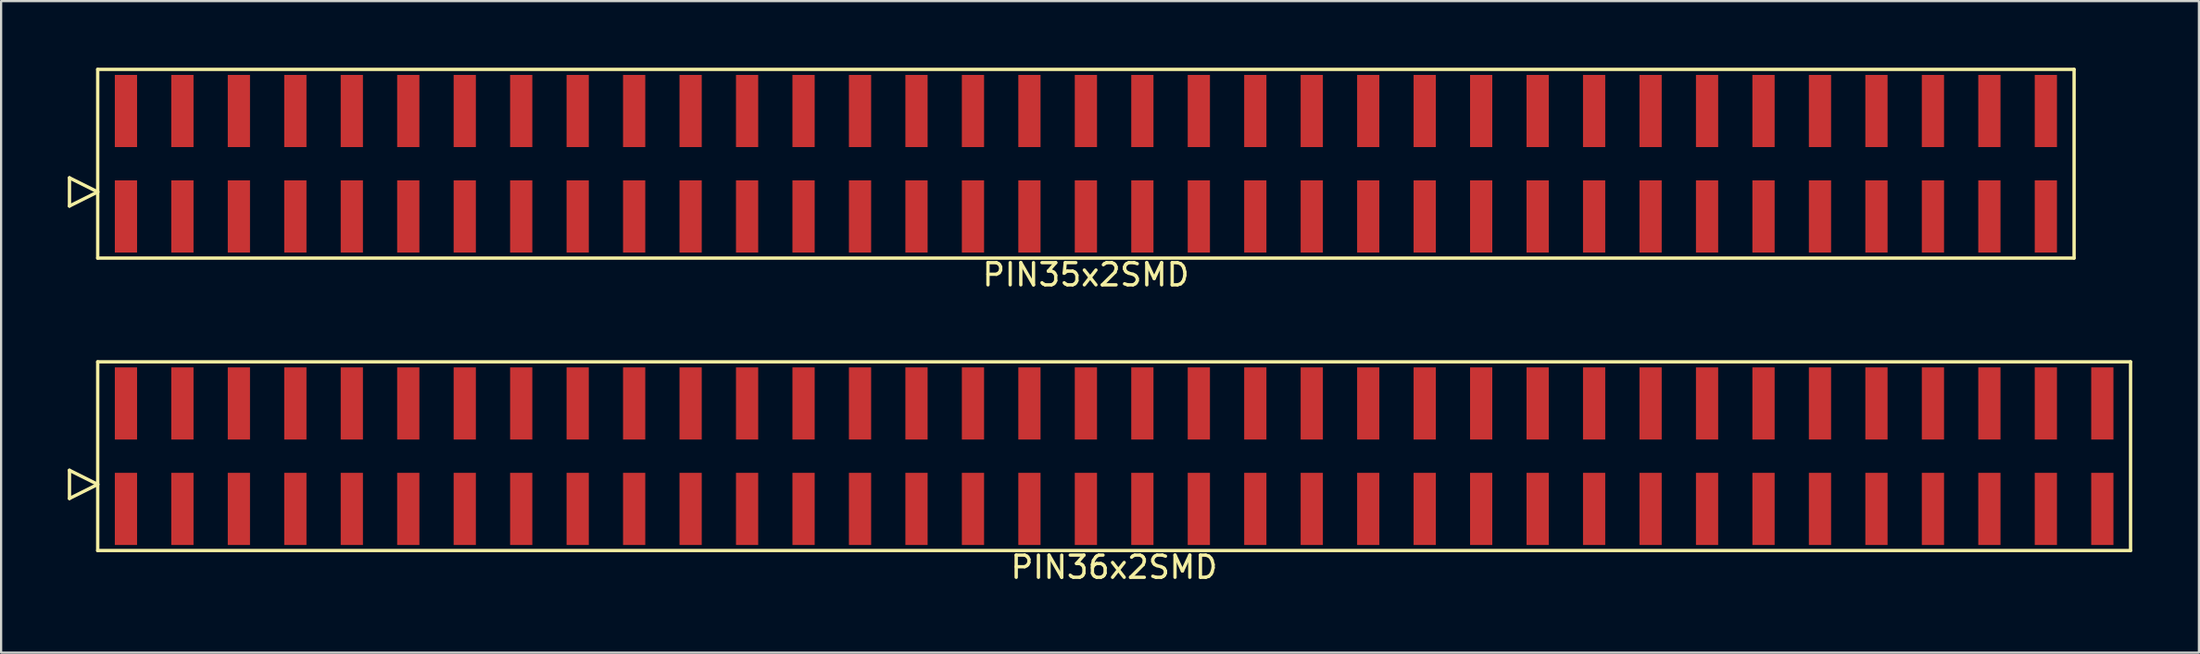
<source format=kicad_pcb>
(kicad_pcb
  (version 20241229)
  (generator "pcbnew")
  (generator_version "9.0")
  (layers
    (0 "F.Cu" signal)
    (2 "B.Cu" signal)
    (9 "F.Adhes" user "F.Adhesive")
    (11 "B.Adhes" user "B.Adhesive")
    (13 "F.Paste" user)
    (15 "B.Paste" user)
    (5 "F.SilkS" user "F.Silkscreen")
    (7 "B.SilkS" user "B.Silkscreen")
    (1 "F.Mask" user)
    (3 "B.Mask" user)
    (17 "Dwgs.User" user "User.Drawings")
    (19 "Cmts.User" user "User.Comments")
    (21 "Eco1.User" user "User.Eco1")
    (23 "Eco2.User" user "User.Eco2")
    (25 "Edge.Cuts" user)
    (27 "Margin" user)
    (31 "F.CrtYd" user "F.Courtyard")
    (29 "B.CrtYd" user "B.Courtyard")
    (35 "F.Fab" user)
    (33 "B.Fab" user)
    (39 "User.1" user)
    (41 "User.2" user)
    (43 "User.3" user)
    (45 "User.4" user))
  (footprint "PIN35x2SMD"
    (layer "F.Cu")
    (at 45.795 4.325)
    (property "Reference" "PIN35x2SMD" (at 0 5 0) (layer "F.SilkS") (effects (font (size 1 1) (thickness 0.15))))
    (attr through_hole)
    (fp_line (start -45.72 1.905) (end -45.72 0.635) (stroke (width 0.15) (type solid)) (layer "F.SilkS"))
    (fp_line (start -44.45 -4.25) (end -44.45 4.25) (stroke (width 0.15) (type solid)) (layer "F.SilkS"))
    (fp_line (start -44.45 1.27) (end -45.72 0.635) (stroke (width 0.15) (type solid)) (layer "F.SilkS"))
    (fp_line (start -44.45 1.27) (end -45.72 1.905) (stroke (width 0.15) (type solid)) (layer "F.SilkS"))
    (fp_line (start -44.45 4.25) (end 44.45 4.25) (stroke (width 0.15) (type solid)) (layer "F.SilkS"))
    (fp_line (start 44.45 -4.25) (end -44.45 -4.25) (stroke (width 0.15) (type solid)) (layer "F.SilkS"))
    (fp_line (start 44.45 4.25) (end 44.45 -4.25) (stroke (width 0.15) (type solid)) (layer "F.SilkS"))
    (pad "1" smd rect (at -43.18 2.375) (size 1 3.25) (layers "F.Cu" "F.Mask" "F.Paste"))
    (pad "2" smd rect (at -43.18 -2.375) (size 1 3.25) (layers "F.Cu" "F.Mask" "F.Paste"))
    (pad "3" smd rect (at -40.64 2.375) (size 1 3.25) (layers "F.Cu" "F.Mask" "F.Paste"))
    (pad "4" smd rect (at -40.64 -2.375) (size 1 3.25) (layers "F.Cu" "F.Mask" "F.Paste"))
    (pad "5" smd rect (at -38.1 2.375) (size 1 3.25) (layers "F.Cu" "F.Mask" "F.Paste"))
    (pad "6" smd rect (at -38.1 -2.375) (size 1 3.25) (layers "F.Cu" "F.Mask" "F.Paste"))
    (pad "7" smd rect (at -35.56 2.375) (size 1 3.25) (layers "F.Cu" "F.Mask" "F.Paste"))
    (pad "8" smd rect (at -35.56 -2.375) (size 1 3.25) (layers "F.Cu" "F.Mask" "F.Paste"))
    (pad "9" smd rect (at -33.02 2.375) (size 1 3.25) (layers "F.Cu" "F.Mask" "F.Paste"))
    (pad "10" smd rect (at -33.02 -2.375) (size 1 3.25) (layers "F.Cu" "F.Mask" "F.Paste"))
    (pad "11" smd rect (at -30.48 2.375) (size 1 3.25) (layers "F.Cu" "F.Mask" "F.Paste"))
    (pad "12" smd rect (at -30.48 -2.375) (size 1 3.25) (layers "F.Cu" "F.Mask" "F.Paste"))
    (pad "13" smd rect (at -27.94 2.375) (size 1 3.25) (layers "F.Cu" "F.Mask" "F.Paste"))
    (pad "14" smd rect (at -27.94 -2.375) (size 1 3.25) (layers "F.Cu" "F.Mask" "F.Paste"))
    (pad "15" smd rect (at -25.4 2.375) (size 1 3.25) (layers "F.Cu" "F.Mask" "F.Paste"))
    (pad "16" smd rect (at -25.4 -2.375) (size 1 3.25) (layers "F.Cu" "F.Mask" "F.Paste"))
    (pad "17" smd rect (at -22.86 2.375) (size 1 3.25) (layers "F.Cu" "F.Mask" "F.Paste"))
    (pad "18" smd rect (at -22.86 -2.375) (size 1 3.25) (layers "F.Cu" "F.Mask" "F.Paste"))
    (pad "19" smd rect (at -20.32 2.375) (size 1 3.25) (layers "F.Cu" "F.Mask" "F.Paste"))
    (pad "20" smd rect (at -20.32 -2.375) (size 1 3.25) (layers "F.Cu" "F.Mask" "F.Paste"))
    (pad "21" smd rect (at -17.78 2.375) (size 1 3.25) (layers "F.Cu" "F.Mask" "F.Paste"))
    (pad "22" smd rect (at -17.78 -2.375) (size 1 3.25) (layers "F.Cu" "F.Mask" "F.Paste"))
    (pad "23" smd rect (at -15.24 2.375) (size 1 3.25) (layers "F.Cu" "F.Mask" "F.Paste"))
    (pad "24" smd rect (at -15.24 -2.375) (size 1 3.25) (layers "F.Cu" "F.Mask" "F.Paste"))
    (pad "25" smd rect (at -12.7 2.375) (size 1 3.25) (layers "F.Cu" "F.Mask" "F.Paste"))
    (pad "26" smd rect (at -12.7 -2.375) (size 1 3.25) (layers "F.Cu" "F.Mask" "F.Paste"))
    (pad "27" smd rect (at -10.16 2.375) (size 1 3.25) (layers "F.Cu" "F.Mask" "F.Paste"))
    (pad "28" smd rect (at -10.16 -2.375) (size 1 3.25) (layers "F.Cu" "F.Mask" "F.Paste"))
    (pad "29" smd rect (at -7.62 2.375) (size 1 3.25) (layers "F.Cu" "F.Mask" "F.Paste"))
    (pad "30" smd rect (at -7.62 -2.375) (size 1 3.25) (layers "F.Cu" "F.Mask" "F.Paste"))
    (pad "31" smd rect (at -5.08 2.375) (size 1 3.25) (layers "F.Cu" "F.Mask" "F.Paste"))
    (pad "32" smd rect (at -5.08 -2.375) (size 1 3.25) (layers "F.Cu" "F.Mask" "F.Paste"))
    (pad "33" smd rect (at -2.54 2.375) (size 1 3.25) (layers "F.Cu" "F.Mask" "F.Paste"))
    (pad "34" smd rect (at -2.54 -2.375) (size 1 3.25) (layers "F.Cu" "F.Mask" "F.Paste"))
    (pad "35" smd rect (at 0 2.375) (size 1 3.25) (layers "F.Cu" "F.Mask" "F.Paste"))
    (pad "36" smd rect (at 0 -2.375) (size 1 3.25) (layers "F.Cu" "F.Mask" "F.Paste"))
    (pad "37" smd rect (at 2.54 2.375) (size 1 3.25) (layers "F.Cu" "F.Mask" "F.Paste"))
    (pad "38" smd rect (at 2.54 -2.375) (size 1 3.25) (layers "F.Cu" "F.Mask" "F.Paste"))
    (pad "39" smd rect (at 5.08 2.375) (size 1 3.25) (layers "F.Cu" "F.Mask" "F.Paste"))
    (pad "40" smd rect (at 5.08 -2.375) (size 1 3.25) (layers "F.Cu" "F.Mask" "F.Paste"))
    (pad "41" smd rect (at 7.62 2.375) (size 1 3.25) (layers "F.Cu" "F.Mask" "F.Paste"))
    (pad "42" smd rect (at 7.62 -2.375) (size 1 3.25) (layers "F.Cu" "F.Mask" "F.Paste"))
    (pad "43" smd rect (at 10.16 2.375) (size 1 3.25) (layers "F.Cu" "F.Mask" "F.Paste"))
    (pad "44" smd rect (at 10.16 -2.375) (size 1 3.25) (layers "F.Cu" "F.Mask" "F.Paste"))
    (pad "45" smd rect (at 12.7 2.375) (size 1 3.25) (layers "F.Cu" "F.Mask" "F.Paste"))
    (pad "46" smd rect (at 12.7 -2.375) (size 1 3.25) (layers "F.Cu" "F.Mask" "F.Paste"))
    (pad "47" smd rect (at 15.24 2.375) (size 1 3.25) (layers "F.Cu" "F.Mask" "F.Paste"))
    (pad "48" smd rect (at 15.24 -2.375) (size 1 3.25) (layers "F.Cu" "F.Mask" "F.Paste"))
    (pad "49" smd rect (at 17.78 2.375) (size 1 3.25) (layers "F.Cu" "F.Mask" "F.Paste"))
    (pad "50" smd rect (at 17.78 -2.375) (size 1 3.25) (layers "F.Cu" "F.Mask" "F.Paste"))
    (pad "51" smd rect (at 20.32 2.375) (size 1 3.25) (layers "F.Cu" "F.Mask" "F.Paste"))
    (pad "52" smd rect (at 20.32 -2.375) (size 1 3.25) (layers "F.Cu" "F.Mask" "F.Paste"))
    (pad "53" smd rect (at 22.86 2.375) (size 1 3.25) (layers "F.Cu" "F.Mask" "F.Paste"))
    (pad "54" smd rect (at 22.86 -2.375) (size 1 3.25) (layers "F.Cu" "F.Mask" "F.Paste"))
    (pad "55" smd rect (at 25.4 2.375) (size 1 3.25) (layers "F.Cu" "F.Mask" "F.Paste"))
    (pad "56" smd rect (at 25.4 -2.375) (size 1 3.25) (layers "F.Cu" "F.Mask" "F.Paste"))
    (pad "57" smd rect (at 27.94 2.375) (size 1 3.25) (layers "F.Cu" "F.Mask" "F.Paste"))
    (pad "58" smd rect (at 27.94 -2.375) (size 1 3.25) (layers "F.Cu" "F.Mask" "F.Paste"))
    (pad "59" smd rect (at 30.48 2.375) (size 1 3.25) (layers "F.Cu" "F.Mask" "F.Paste"))
    (pad "60" smd rect (at 30.48 -2.375) (size 1 3.25) (layers "F.Cu" "F.Mask" "F.Paste"))
    (pad "61" smd rect (at 33.02 2.375) (size 1 3.25) (layers "F.Cu" "F.Mask" "F.Paste"))
    (pad "62" smd rect (at 33.02 -2.375) (size 1 3.25) (layers "F.Cu" "F.Mask" "F.Paste"))
    (pad "63" smd rect (at 35.56 2.375) (size 1 3.25) (layers "F.Cu" "F.Mask" "F.Paste"))
    (pad "64" smd rect (at 35.56 -2.375) (size 1 3.25) (layers "F.Cu" "F.Mask" "F.Paste"))
    (pad "65" smd rect (at 38.1 2.375) (size 1 3.25) (layers "F.Cu" "F.Mask" "F.Paste"))
    (pad "66" smd rect (at 38.1 -2.375) (size 1 3.25) (layers "F.Cu" "F.Mask" "F.Paste"))
    (pad "67" smd rect (at 40.64 2.375) (size 1 3.25) (layers "F.Cu" "F.Mask" "F.Paste"))
    (pad "68" smd rect (at 40.64 -2.375) (size 1 3.25) (layers "F.Cu" "F.Mask" "F.Paste"))
    (pad "69" smd rect (at 43.18 2.375) (size 1 3.25) (layers "F.Cu" "F.Mask" "F.Paste"))
    (pad "70" smd rect (at 43.18 -2.375) (size 1 3.25) (layers "F.Cu" "F.Mask" "F.Paste")))
  (footprint "PIN36x2SMD"
    (layer "F.Cu")
    (at 47.065 17.498)
    (property "Reference" "PIN36x2SMD" (at 0 5 0) (layer "F.SilkS") (effects (font (size 1 1) (thickness 0.15))))
    (attr through_hole)
    (fp_line (start -46.99 1.905) (end -46.99 0.635) (stroke (width 0.15) (type solid)) (layer "F.SilkS"))
    (fp_line (start -45.72 -4.25) (end -45.72 4.25) (stroke (width 0.15) (type solid)) (layer "F.SilkS"))
    (fp_line (start -45.72 1.27) (end -46.99 0.635) (stroke (width 0.15) (type solid)) (layer "F.SilkS"))
    (fp_line (start -45.72 1.27) (end -46.99 1.905) (stroke (width 0.15) (type solid)) (layer "F.SilkS"))
    (fp_line (start -45.72 4.25) (end 45.72 4.25) (stroke (width 0.15) (type solid)) (layer "F.SilkS"))
    (fp_line (start 45.72 -4.25) (end -45.72 -4.25) (stroke (width 0.15) (type solid)) (layer "F.SilkS"))
    (fp_line (start 45.72 4.25) (end 45.72 -4.25) (stroke (width 0.15) (type solid)) (layer "F.SilkS"))
    (pad "1" smd rect (at -44.45 2.375) (size 1 3.25) (layers "F.Cu" "F.Mask" "F.Paste"))
    (pad "2" smd rect (at -44.45 -2.375) (size 1 3.25) (layers "F.Cu" "F.Mask" "F.Paste"))
    (pad "3" smd rect (at -41.91 2.375) (size 1 3.25) (layers "F.Cu" "F.Mask" "F.Paste"))
    (pad "4" smd rect (at -41.91 -2.375) (size 1 3.25) (layers "F.Cu" "F.Mask" "F.Paste"))
    (pad "5" smd rect (at -39.37 2.375) (size 1 3.25) (layers "F.Cu" "F.Mask" "F.Paste"))
    (pad "6" smd rect (at -39.37 -2.375) (size 1 3.25) (layers "F.Cu" "F.Mask" "F.Paste"))
    (pad "7" smd rect (at -36.83 2.375) (size 1 3.25) (layers "F.Cu" "F.Mask" "F.Paste"))
    (pad "8" smd rect (at -36.83 -2.375) (size 1 3.25) (layers "F.Cu" "F.Mask" "F.Paste"))
    (pad "9" smd rect (at -34.29 2.375) (size 1 3.25) (layers "F.Cu" "F.Mask" "F.Paste"))
    (pad "10" smd rect (at -34.29 -2.375) (size 1 3.25) (layers "F.Cu" "F.Mask" "F.Paste"))
    (pad "11" smd rect (at -31.75 2.375) (size 1 3.25) (layers "F.Cu" "F.Mask" "F.Paste"))
    (pad "12" smd rect (at -31.75 -2.375) (size 1 3.25) (layers "F.Cu" "F.Mask" "F.Paste"))
    (pad "13" smd rect (at -29.21 2.375) (size 1 3.25) (layers "F.Cu" "F.Mask" "F.Paste"))
    (pad "14" smd rect (at -29.21 -2.375) (size 1 3.25) (layers "F.Cu" "F.Mask" "F.Paste"))
    (pad "15" smd rect (at -26.67 2.375) (size 1 3.25) (layers "F.Cu" "F.Mask" "F.Paste"))
    (pad "16" smd rect (at -26.67 -2.375) (size 1 3.25) (layers "F.Cu" "F.Mask" "F.Paste"))
    (pad "17" smd rect (at -24.13 2.375) (size 1 3.25) (layers "F.Cu" "F.Mask" "F.Paste"))
    (pad "18" smd rect (at -24.13 -2.375) (size 1 3.25) (layers "F.Cu" "F.Mask" "F.Paste"))
    (pad "19" smd rect (at -21.59 2.375) (size 1 3.25) (layers "F.Cu" "F.Mask" "F.Paste"))
    (pad "20" smd rect (at -21.59 -2.375) (size 1 3.25) (layers "F.Cu" "F.Mask" "F.Paste"))
    (pad "21" smd rect (at -19.05 2.375) (size 1 3.25) (layers "F.Cu" "F.Mask" "F.Paste"))
    (pad "22" smd rect (at -19.05 -2.375) (size 1 3.25) (layers "F.Cu" "F.Mask" "F.Paste"))
    (pad "23" smd rect (at -16.51 2.375) (size 1 3.25) (layers "F.Cu" "F.Mask" "F.Paste"))
    (pad "24" smd rect (at -16.51 -2.375) (size 1 3.25) (layers "F.Cu" "F.Mask" "F.Paste"))
    (pad "25" smd rect (at -13.97 2.375) (size 1 3.25) (layers "F.Cu" "F.Mask" "F.Paste"))
    (pad "26" smd rect (at -13.97 -2.375) (size 1 3.25) (layers "F.Cu" "F.Mask" "F.Paste"))
    (pad "27" smd rect (at -11.43 2.375) (size 1 3.25) (layers "F.Cu" "F.Mask" "F.Paste"))
    (pad "28" smd rect (at -11.43 -2.375) (size 1 3.25) (layers "F.Cu" "F.Mask" "F.Paste"))
    (pad "29" smd rect (at -8.89 2.375) (size 1 3.25) (layers "F.Cu" "F.Mask" "F.Paste"))
    (pad "30" smd rect (at -8.89 -2.375) (size 1 3.25) (layers "F.Cu" "F.Mask" "F.Paste"))
    (pad "31" smd rect (at -6.35 2.375) (size 1 3.25) (layers "F.Cu" "F.Mask" "F.Paste"))
    (pad "32" smd rect (at -6.35 -2.375) (size 1 3.25) (layers "F.Cu" "F.Mask" "F.Paste"))
    (pad "33" smd rect (at -3.81 2.375) (size 1 3.25) (layers "F.Cu" "F.Mask" "F.Paste"))
    (pad "34" smd rect (at -3.81 -2.375) (size 1 3.25) (layers "F.Cu" "F.Mask" "F.Paste"))
    (pad "35" smd rect (at -1.27 2.375) (size 1 3.25) (layers "F.Cu" "F.Mask" "F.Paste"))
    (pad "36" smd rect (at -1.27 -2.375) (size 1 3.25) (layers "F.Cu" "F.Mask" "F.Paste"))
    (pad "37" smd rect (at 1.27 2.375) (size 1 3.25) (layers "F.Cu" "F.Mask" "F.Paste"))
    (pad "38" smd rect (at 1.27 -2.375) (size 1 3.25) (layers "F.Cu" "F.Mask" "F.Paste"))
    (pad "39" smd rect (at 3.81 2.375) (size 1 3.25) (layers "F.Cu" "F.Mask" "F.Paste"))
    (pad "40" smd rect (at 3.81 -2.375) (size 1 3.25) (layers "F.Cu" "F.Mask" "F.Paste"))
    (pad "41" smd rect (at 6.35 2.375) (size 1 3.25) (layers "F.Cu" "F.Mask" "F.Paste"))
    (pad "42" smd rect (at 6.35 -2.375) (size 1 3.25) (layers "F.Cu" "F.Mask" "F.Paste"))
    (pad "43" smd rect (at 8.89 2.375) (size 1 3.25) (layers "F.Cu" "F.Mask" "F.Paste"))
    (pad "44" smd rect (at 8.89 -2.375) (size 1 3.25) (layers "F.Cu" "F.Mask" "F.Paste"))
    (pad "45" smd rect (at 11.43 2.375) (size 1 3.25) (layers "F.Cu" "F.Mask" "F.Paste"))
    (pad "46" smd rect (at 11.43 -2.375) (size 1 3.25) (layers "F.Cu" "F.Mask" "F.Paste"))
    (pad "47" smd rect (at 13.97 2.375) (size 1 3.25) (layers "F.Cu" "F.Mask" "F.Paste"))
    (pad "48" smd rect (at 13.97 -2.375) (size 1 3.25) (layers "F.Cu" "F.Mask" "F.Paste"))
    (pad "49" smd rect (at 16.51 2.375) (size 1 3.25) (layers "F.Cu" "F.Mask" "F.Paste"))
    (pad "50" smd rect (at 16.51 -2.375) (size 1 3.25) (layers "F.Cu" "F.Mask" "F.Paste"))
    (pad "51" smd rect (at 19.05 2.375) (size 1 3.25) (layers "F.Cu" "F.Mask" "F.Paste"))
    (pad "52" smd rect (at 19.05 -2.375) (size 1 3.25) (layers "F.Cu" "F.Mask" "F.Paste"))
    (pad "53" smd rect (at 21.59 2.375) (size 1 3.25) (layers "F.Cu" "F.Mask" "F.Paste"))
    (pad "54" smd rect (at 21.59 -2.375) (size 1 3.25) (layers "F.Cu" "F.Mask" "F.Paste"))
    (pad "55" smd rect (at 24.13 2.375) (size 1 3.25) (layers "F.Cu" "F.Mask" "F.Paste"))
    (pad "56" smd rect (at 24.13 -2.375) (size 1 3.25) (layers "F.Cu" "F.Mask" "F.Paste"))
    (pad "57" smd rect (at 26.67 2.375) (size 1 3.25) (layers "F.Cu" "F.Mask" "F.Paste"))
    (pad "58" smd rect (at 26.67 -2.375) (size 1 3.25) (layers "F.Cu" "F.Mask" "F.Paste"))
    (pad "59" smd rect (at 29.21 2.375) (size 1 3.25) (layers "F.Cu" "F.Mask" "F.Paste"))
    (pad "60" smd rect (at 29.21 -2.375) (size 1 3.25) (layers "F.Cu" "F.Mask" "F.Paste"))
    (pad "61" smd rect (at 31.75 2.375) (size 1 3.25) (layers "F.Cu" "F.Mask" "F.Paste"))
    (pad "62" smd rect (at 31.75 -2.375) (size 1 3.25) (layers "F.Cu" "F.Mask" "F.Paste"))
    (pad "63" smd rect (at 34.29 2.375) (size 1 3.25) (layers "F.Cu" "F.Mask" "F.Paste"))
    (pad "64" smd rect (at 34.29 -2.375) (size 1 3.25) (layers "F.Cu" "F.Mask" "F.Paste"))
    (pad "65" smd rect (at 36.83 2.375) (size 1 3.25) (layers "F.Cu" "F.Mask" "F.Paste"))
    (pad "66" smd rect (at 36.83 -2.375) (size 1 3.25) (layers "F.Cu" "F.Mask" "F.Paste"))
    (pad "67" smd rect (at 39.37 2.375) (size 1 3.25) (layers "F.Cu" "F.Mask" "F.Paste"))
    (pad "68" smd rect (at 39.37 -2.375) (size 1 3.25) (layers "F.Cu" "F.Mask" "F.Paste"))
    (pad "69" smd rect (at 41.91 2.375) (size 1 3.25) (layers "F.Cu" "F.Mask" "F.Paste"))
    (pad "70" smd rect (at 41.91 -2.375) (size 1 3.25) (layers "F.Cu" "F.Mask" "F.Paste"))
    (pad "71" smd rect (at 44.45 2.375) (size 1 3.25) (layers "F.Cu" "F.Mask" "F.Paste"))
    (pad "72" smd rect (at 44.45 -2.375) (size 1 3.25) (layers "F.Cu" "F.Mask" "F.Paste")))
  (gr_rect
    (start -3 -3)
    (end 95.86 26.346)
    (stroke (width 0.1) (type default))
    (fill no)
    (layer "Edge.Cuts")))
</source>
